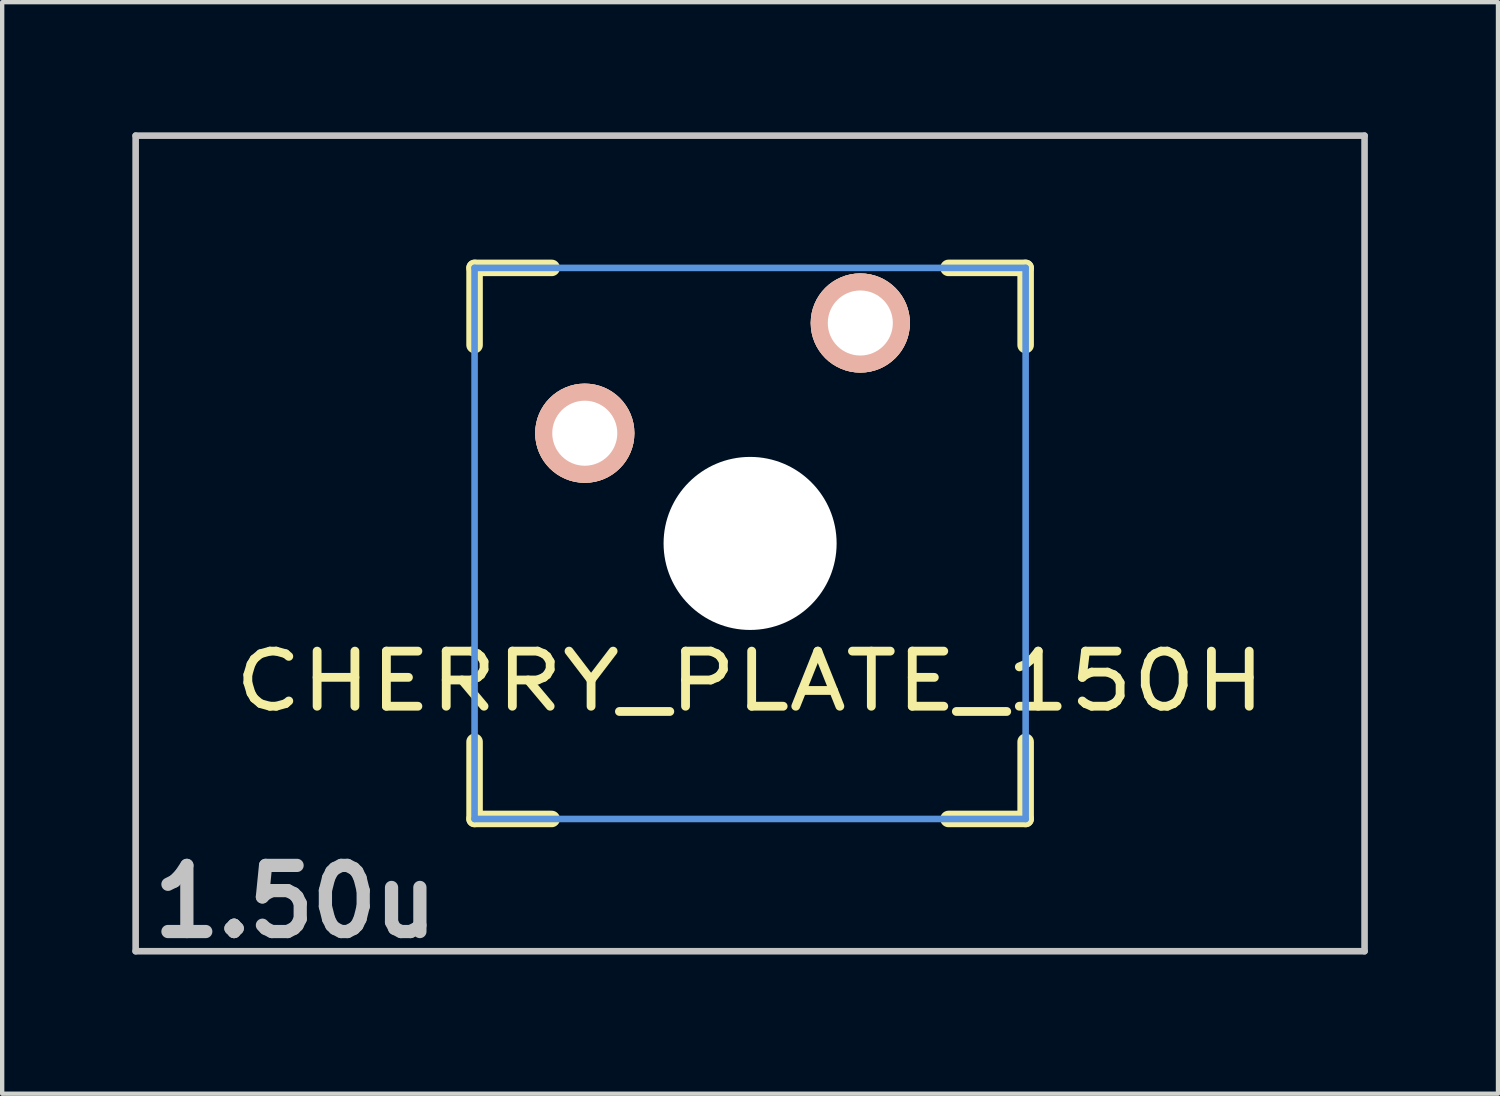
<source format=kicad_pcb>
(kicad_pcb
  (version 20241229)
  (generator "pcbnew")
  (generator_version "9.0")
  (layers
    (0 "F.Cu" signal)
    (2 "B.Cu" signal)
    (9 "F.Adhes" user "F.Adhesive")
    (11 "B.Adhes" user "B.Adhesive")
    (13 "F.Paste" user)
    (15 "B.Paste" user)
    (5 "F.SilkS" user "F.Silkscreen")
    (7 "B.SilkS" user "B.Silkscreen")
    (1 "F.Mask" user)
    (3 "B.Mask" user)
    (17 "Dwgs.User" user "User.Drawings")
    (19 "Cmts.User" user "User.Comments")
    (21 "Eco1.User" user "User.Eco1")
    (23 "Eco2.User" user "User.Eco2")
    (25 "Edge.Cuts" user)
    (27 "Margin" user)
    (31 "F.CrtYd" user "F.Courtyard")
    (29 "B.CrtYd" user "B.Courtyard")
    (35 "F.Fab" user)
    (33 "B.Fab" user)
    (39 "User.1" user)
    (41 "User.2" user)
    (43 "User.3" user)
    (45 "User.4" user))
  (footprint "CHERRY_PLATE_150H"
    (layer "F.Cu")
    (at 14.237 9.474)
    (property "Reference" "CHERRY_PLATE_150H" (at 0 3.175 0) (layer "F.SilkS") (effects (font (size 1.27 1.524) (thickness 0.203))))
    (attr through_hole)
    (fp_line (start -6.35 -6.35) (end -4.572 -6.35) (stroke (width 0.381) (type solid)) (layer "F.SilkS"))
    (fp_line (start -6.35 -4.572) (end -6.35 -6.35) (stroke (width 0.381) (type solid)) (layer "F.SilkS"))
    (fp_line (start -6.35 6.35) (end -6.35 4.572) (stroke (width 0.381) (type solid)) (layer "F.SilkS"))
    (fp_line (start -4.572 6.35) (end -6.35 6.35) (stroke (width 0.381) (type solid)) (layer "F.SilkS"))
    (fp_line (start 4.572 -6.35) (end 6.35 -6.35) (stroke (width 0.381) (type solid)) (layer "F.SilkS"))
    (fp_line (start 6.35 -6.35) (end 6.35 -4.572) (stroke (width 0.381) (type solid)) (layer "F.SilkS"))
    (fp_line (start 6.35 4.572) (end 6.35 6.35) (stroke (width 0.381) (type solid)) (layer "F.SilkS"))
    (fp_line (start 6.35 6.35) (end 4.572 6.35) (stroke (width 0.381) (type solid)) (layer "F.SilkS"))
    (fp_line (start -14.161 -9.398) (end 14.161 -9.398) (stroke (width 0.152) (type solid)) (layer "Dwgs.User"))
    (fp_line (start -14.161 9.398) (end -14.161 -9.398) (stroke (width 0.152) (type solid)) (layer "Dwgs.User"))
    (fp_line (start 14.161 -9.398) (end 14.161 9.398) (stroke (width 0.152) (type solid)) (layer "Dwgs.User"))
    (fp_line (start 14.161 9.398) (end -14.161 9.398) (stroke (width 0.152) (type solid)) (layer "Dwgs.User"))
    (fp_line (start -6.35 -6.35) (end 6.35 -6.35) (stroke (width 0.152) (type solid)) (layer "Cmts.User"))
    (fp_line (start -6.35 6.35) (end -6.35 -6.35) (stroke (width 0.152) (type solid)) (layer "Cmts.User"))
    (fp_line (start 6.35 -6.35) (end 6.35 6.35) (stroke (width 0.152) (type solid)) (layer "Cmts.User"))
    (fp_line (start 6.35 6.35) (end -6.35 6.35) (stroke (width 0.152) (type solid)) (layer "Cmts.User"))
    (fp_text user "1.50u" (at -10.477 8.255 0) (layer "Dwgs.User") (effects (font (size 1.524 1.524) (thickness 0.305))))
    (pad "" np_thru_hole circle (at 0 0) (size 3.988 3.988) (drill 3.988) (layers "*.Cu"))
    (pad "1" thru_hole circle (at 2.54 -5.08) (size 2.286 2.286) (drill 1.499) (layers "*.Cu" "*.SilkS" "*.Mask"))
    (pad "2" thru_hole circle (at -3.81 -2.54) (size 2.286 2.286) (drill 1.499) (layers "*.Cu" "*.SilkS" "*.Mask")))
  (gr_rect
    (start -3 -3)
    (end 31.473 22.156)
    (stroke (width 0.1) (type default))
    (fill no)
    (layer "Edge.Cuts")))
</source>
